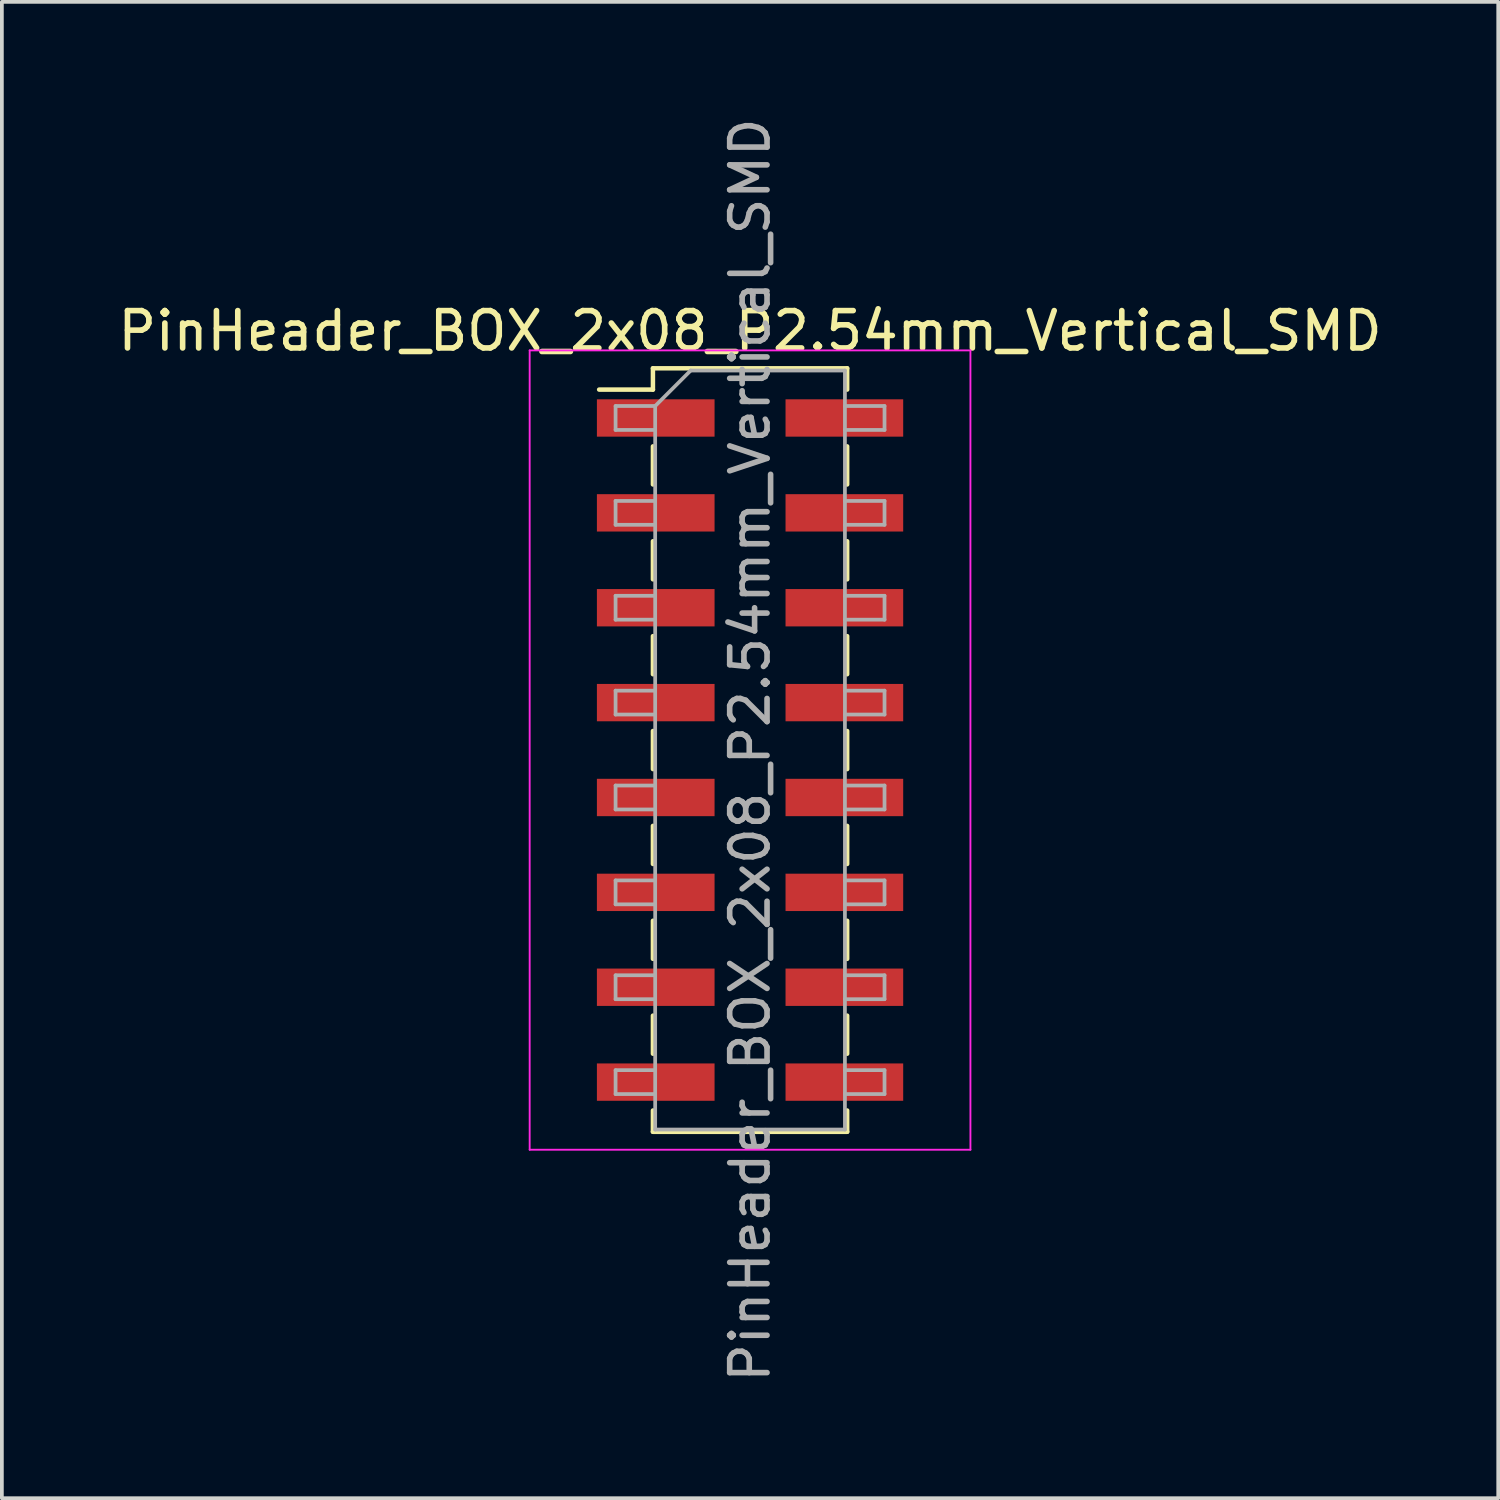
<source format=kicad_pcb>
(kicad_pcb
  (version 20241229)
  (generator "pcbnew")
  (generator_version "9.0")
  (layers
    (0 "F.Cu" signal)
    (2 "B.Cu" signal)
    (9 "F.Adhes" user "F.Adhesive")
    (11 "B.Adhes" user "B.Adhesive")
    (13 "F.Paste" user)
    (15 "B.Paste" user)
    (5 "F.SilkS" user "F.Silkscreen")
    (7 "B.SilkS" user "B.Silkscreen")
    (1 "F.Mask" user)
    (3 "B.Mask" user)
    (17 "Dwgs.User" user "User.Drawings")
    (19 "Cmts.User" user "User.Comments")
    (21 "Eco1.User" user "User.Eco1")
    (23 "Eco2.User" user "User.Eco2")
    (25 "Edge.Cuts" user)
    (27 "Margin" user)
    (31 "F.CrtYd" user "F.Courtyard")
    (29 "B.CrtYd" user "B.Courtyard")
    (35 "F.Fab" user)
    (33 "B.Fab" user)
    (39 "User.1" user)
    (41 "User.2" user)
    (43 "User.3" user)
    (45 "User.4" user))
  (footprint "PinHeader_BOX_2x08_P2.54mm_Vertical_SMD"
    (layer "F.Cu")
    (at 17.03 17.03)
    (property "Reference" "PinHeader_BOX_2x08_P2.54mm_Vertical_SMD" (at 0 -11.22 0) (layer "F.SilkS") (effects (font (size 1 1) (thickness 0.15))))
    (attr smd)
    (fp_line (start -4.04 -9.65) (end -2.6 -9.65) (stroke (width 0.12) (type solid)) (layer "F.SilkS"))
    (fp_line (start -2.6 -10.22) (end -2.6 -9.65) (stroke (width 0.12) (type solid)) (layer "F.SilkS"))
    (fp_line (start -2.6 -10.22) (end 2.6 -10.22) (stroke (width 0.12) (type solid)) (layer "F.SilkS"))
    (fp_line (start -2.6 -8.13) (end -2.6 -7.11) (stroke (width 0.12) (type solid)) (layer "F.SilkS"))
    (fp_line (start -2.6 -5.59) (end -2.6 -4.57) (stroke (width 0.12) (type solid)) (layer "F.SilkS"))
    (fp_line (start -2.6 -3.05) (end -2.6 -2.03) (stroke (width 0.12) (type solid)) (layer "F.SilkS"))
    (fp_line (start -2.6 -0.51) (end -2.6 0.51) (stroke (width 0.12) (type solid)) (layer "F.SilkS"))
    (fp_line (start -2.6 2.03) (end -2.6 3.05) (stroke (width 0.12) (type solid)) (layer "F.SilkS"))
    (fp_line (start -2.6 4.57) (end -2.6 5.59) (stroke (width 0.12) (type solid)) (layer "F.SilkS"))
    (fp_line (start -2.6 7.11) (end -2.6 8.13) (stroke (width 0.12) (type solid)) (layer "F.SilkS"))
    (fp_line (start -2.6 9.65) (end -2.6 10.22) (stroke (width 0.12) (type solid)) (layer "F.SilkS"))
    (fp_line (start -2.6 10.22) (end 2.6 10.22) (stroke (width 0.12) (type solid)) (layer "F.SilkS"))
    (fp_line (start 2.6 -10.22) (end 2.6 -9.65) (stroke (width 0.12) (type solid)) (layer "F.SilkS"))
    (fp_line (start 2.6 -8.13) (end 2.6 -7.11) (stroke (width 0.12) (type solid)) (layer "F.SilkS"))
    (fp_line (start 2.6 -5.59) (end 2.6 -4.57) (stroke (width 0.12) (type solid)) (layer "F.SilkS"))
    (fp_line (start 2.6 -3.05) (end 2.6 -2.03) (stroke (width 0.12) (type solid)) (layer "F.SilkS"))
    (fp_line (start 2.6 -0.51) (end 2.6 0.51) (stroke (width 0.12) (type solid)) (layer "F.SilkS"))
    (fp_line (start 2.6 2.03) (end 2.6 3.05) (stroke (width 0.12) (type solid)) (layer "F.SilkS"))
    (fp_line (start 2.6 4.57) (end 2.6 5.59) (stroke (width 0.12) (type solid)) (layer "F.SilkS"))
    (fp_line (start 2.6 7.11) (end 2.6 8.13) (stroke (width 0.12) (type solid)) (layer "F.SilkS"))
    (fp_line (start 2.6 9.65) (end 2.6 10.22) (stroke (width 0.12) (type solid)) (layer "F.SilkS"))
    (fp_line (start -5.9 -10.7) (end -5.9 10.7) (stroke (width 0.05) (type solid)) (layer "F.CrtYd"))
    (fp_line (start -5.9 10.7) (end 5.9 10.7) (stroke (width 0.05) (type solid)) (layer "F.CrtYd"))
    (fp_line (start 5.9 -10.7) (end -5.9 -10.7) (stroke (width 0.05) (type solid)) (layer "F.CrtYd"))
    (fp_line (start 5.9 10.7) (end 5.9 -10.7) (stroke (width 0.05) (type solid)) (layer "F.CrtYd"))
    (fp_line (start -3.6 -9.21) (end -3.6 -8.57) (stroke (width 0.1) (type solid)) (layer "F.Fab"))
    (fp_line (start -3.6 -8.57) (end -2.54 -8.57) (stroke (width 0.1) (type solid)) (layer "F.Fab"))
    (fp_line (start -3.6 -6.67) (end -3.6 -6.03) (stroke (width 0.1) (type solid)) (layer "F.Fab"))
    (fp_line (start -3.6 -6.03) (end -2.54 -6.03) (stroke (width 0.1) (type solid)) (layer "F.Fab"))
    (fp_line (start -3.6 -4.13) (end -3.6 -3.49) (stroke (width 0.1) (type solid)) (layer "F.Fab"))
    (fp_line (start -3.6 -3.49) (end -2.54 -3.49) (stroke (width 0.1) (type solid)) (layer "F.Fab"))
    (fp_line (start -3.6 -1.59) (end -3.6 -0.95) (stroke (width 0.1) (type solid)) (layer "F.Fab"))
    (fp_line (start -3.6 -0.95) (end -2.54 -0.95) (stroke (width 0.1) (type solid)) (layer "F.Fab"))
    (fp_line (start -3.6 0.95) (end -3.6 1.59) (stroke (width 0.1) (type solid)) (layer "F.Fab"))
    (fp_line (start -3.6 1.59) (end -2.54 1.59) (stroke (width 0.1) (type solid)) (layer "F.Fab"))
    (fp_line (start -3.6 3.49) (end -3.6 4.13) (stroke (width 0.1) (type solid)) (layer "F.Fab"))
    (fp_line (start -3.6 4.13) (end -2.54 4.13) (stroke (width 0.1) (type solid)) (layer "F.Fab"))
    (fp_line (start -3.6 6.03) (end -3.6 6.67) (stroke (width 0.1) (type solid)) (layer "F.Fab"))
    (fp_line (start -3.6 6.67) (end -2.54 6.67) (stroke (width 0.1) (type solid)) (layer "F.Fab"))
    (fp_line (start -3.6 8.57) (end -3.6 9.21) (stroke (width 0.1) (type solid)) (layer "F.Fab"))
    (fp_line (start -3.6 9.21) (end -2.54 9.21) (stroke (width 0.1) (type solid)) (layer "F.Fab"))
    (fp_line (start -2.54 -9.21) (end -3.6 -9.21) (stroke (width 0.1) (type solid)) (layer "F.Fab"))
    (fp_line (start -2.54 -9.21) (end -1.59 -10.16) (stroke (width 0.1) (type solid)) (layer "F.Fab"))
    (fp_line (start -2.54 -6.67) (end -3.6 -6.67) (stroke (width 0.1) (type solid)) (layer "F.Fab"))
    (fp_line (start -2.54 -4.13) (end -3.6 -4.13) (stroke (width 0.1) (type solid)) (layer "F.Fab"))
    (fp_line (start -2.54 -1.59) (end -3.6 -1.59) (stroke (width 0.1) (type solid)) (layer "F.Fab"))
    (fp_line (start -2.54 0.95) (end -3.6 0.95) (stroke (width 0.1) (type solid)) (layer "F.Fab"))
    (fp_line (start -2.54 3.49) (end -3.6 3.49) (stroke (width 0.1) (type solid)) (layer "F.Fab"))
    (fp_line (start -2.54 6.03) (end -3.6 6.03) (stroke (width 0.1) (type solid)) (layer "F.Fab"))
    (fp_line (start -2.54 8.57) (end -3.6 8.57) (stroke (width 0.1) (type solid)) (layer "F.Fab"))
    (fp_line (start -2.54 10.16) (end -2.54 -9.21) (stroke (width 0.1) (type solid)) (layer "F.Fab"))
    (fp_line (start -1.59 -10.16) (end 2.54 -10.16) (stroke (width 0.1) (type solid)) (layer "F.Fab"))
    (fp_line (start 2.54 -10.16) (end 2.54 10.16) (stroke (width 0.1) (type solid)) (layer "F.Fab"))
    (fp_line (start 2.54 -9.21) (end 3.6 -9.21) (stroke (width 0.1) (type solid)) (layer "F.Fab"))
    (fp_line (start 2.54 -6.67) (end 3.6 -6.67) (stroke (width 0.1) (type solid)) (layer "F.Fab"))
    (fp_line (start 2.54 -4.13) (end 3.6 -4.13) (stroke (width 0.1) (type solid)) (layer "F.Fab"))
    (fp_line (start 2.54 -1.59) (end 3.6 -1.59) (stroke (width 0.1) (type solid)) (layer "F.Fab"))
    (fp_line (start 2.54 0.95) (end 3.6 0.95) (stroke (width 0.1) (type solid)) (layer "F.Fab"))
    (fp_line (start 2.54 3.49) (end 3.6 3.49) (stroke (width 0.1) (type solid)) (layer "F.Fab"))
    (fp_line (start 2.54 6.03) (end 3.6 6.03) (stroke (width 0.1) (type solid)) (layer "F.Fab"))
    (fp_line (start 2.54 8.57) (end 3.6 8.57) (stroke (width 0.1) (type solid)) (layer "F.Fab"))
    (fp_line (start 2.54 10.16) (end -2.54 10.16) (stroke (width 0.1) (type solid)) (layer "F.Fab"))
    (fp_line (start 3.6 -9.21) (end 3.6 -8.57) (stroke (width 0.1) (type solid)) (layer "F.Fab"))
    (fp_line (start 3.6 -8.57) (end 2.54 -8.57) (stroke (width 0.1) (type solid)) (layer "F.Fab"))
    (fp_line (start 3.6 -6.67) (end 3.6 -6.03) (stroke (width 0.1) (type solid)) (layer "F.Fab"))
    (fp_line (start 3.6 -6.03) (end 2.54 -6.03) (stroke (width 0.1) (type solid)) (layer "F.Fab"))
    (fp_line (start 3.6 -4.13) (end 3.6 -3.49) (stroke (width 0.1) (type solid)) (layer "F.Fab"))
    (fp_line (start 3.6 -3.49) (end 2.54 -3.49) (stroke (width 0.1) (type solid)) (layer "F.Fab"))
    (fp_line (start 3.6 -1.59) (end 3.6 -0.95) (stroke (width 0.1) (type solid)) (layer "F.Fab"))
    (fp_line (start 3.6 -0.95) (end 2.54 -0.95) (stroke (width 0.1) (type solid)) (layer "F.Fab"))
    (fp_line (start 3.6 0.95) (end 3.6 1.59) (stroke (width 0.1) (type solid)) (layer "F.Fab"))
    (fp_line (start 3.6 1.59) (end 2.54 1.59) (stroke (width 0.1) (type solid)) (layer "F.Fab"))
    (fp_line (start 3.6 3.49) (end 3.6 4.13) (stroke (width 0.1) (type solid)) (layer "F.Fab"))
    (fp_line (start 3.6 4.13) (end 2.54 4.13) (stroke (width 0.1) (type solid)) (layer "F.Fab"))
    (fp_line (start 3.6 6.03) (end 3.6 6.67) (stroke (width 0.1) (type solid)) (layer "F.Fab"))
    (fp_line (start 3.6 6.67) (end 2.54 6.67) (stroke (width 0.1) (type solid)) (layer "F.Fab"))
    (fp_line (start 3.6 8.57) (end 3.6 9.21) (stroke (width 0.1) (type solid)) (layer "F.Fab"))
    (fp_line (start 3.6 9.21) (end 2.54 9.21) (stroke (width 0.1) (type solid)) (layer "F.Fab"))
    (fp_text user "${REFERENCE}" (at 0 0 90) (layer "F.Fab") (effects (font (size 1 1) (thickness 0.15))))
    (pad "1" smd rect (at -2.525 -8.89) (size 3.15 1) (layers "F.Cu" "F.Mask" "F.Paste"))
    (pad "2" smd rect (at 2.525 -8.89) (size 3.15 1) (layers "F.Cu" "F.Mask" "F.Paste"))
    (pad "3" smd rect (at -2.525 -6.35) (size 3.15 1) (layers "F.Cu" "F.Mask" "F.Paste"))
    (pad "4" smd rect (at 2.525 -6.35) (size 3.15 1) (layers "F.Cu" "F.Mask" "F.Paste"))
    (pad "5" smd rect (at -2.525 -3.81) (size 3.15 1) (layers "F.Cu" "F.Mask" "F.Paste"))
    (pad "6" smd rect (at 2.525 -3.81) (size 3.15 1) (layers "F.Cu" "F.Mask" "F.Paste"))
    (pad "7" smd rect (at -2.525 -1.27) (size 3.15 1) (layers "F.Cu" "F.Mask" "F.Paste"))
    (pad "8" smd rect (at 2.525 -1.27) (size 3.15 1) (layers "F.Cu" "F.Mask" "F.Paste"))
    (pad "9" smd rect (at -2.525 1.27) (size 3.15 1) (layers "F.Cu" "F.Mask" "F.Paste"))
    (pad "10" smd rect (at 2.525 1.27) (size 3.15 1) (layers "F.Cu" "F.Mask" "F.Paste"))
    (pad "11" smd rect (at -2.525 3.81) (size 3.15 1) (layers "F.Cu" "F.Mask" "F.Paste"))
    (pad "12" smd rect (at 2.525 3.81) (size 3.15 1) (layers "F.Cu" "F.Mask" "F.Paste"))
    (pad "13" smd rect (at -2.525 6.35) (size 3.15 1) (layers "F.Cu" "F.Mask" "F.Paste"))
    (pad "14" smd rect (at 2.525 6.35) (size 3.15 1) (layers "F.Cu" "F.Mask" "F.Paste"))
    (pad "15" smd rect (at -2.525 8.89) (size 3.15 1) (layers "F.Cu" "F.Mask" "F.Paste"))
    (pad "16" smd rect (at 2.525 8.89) (size 3.15 1) (layers "F.Cu" "F.Mask" "F.Paste")))
  (gr_rect
    (start -3 -3)
    (end 37.06 37.06)
    (stroke (width 0.1) (type default))
    (fill no)
    (layer "Edge.Cuts")))
</source>
